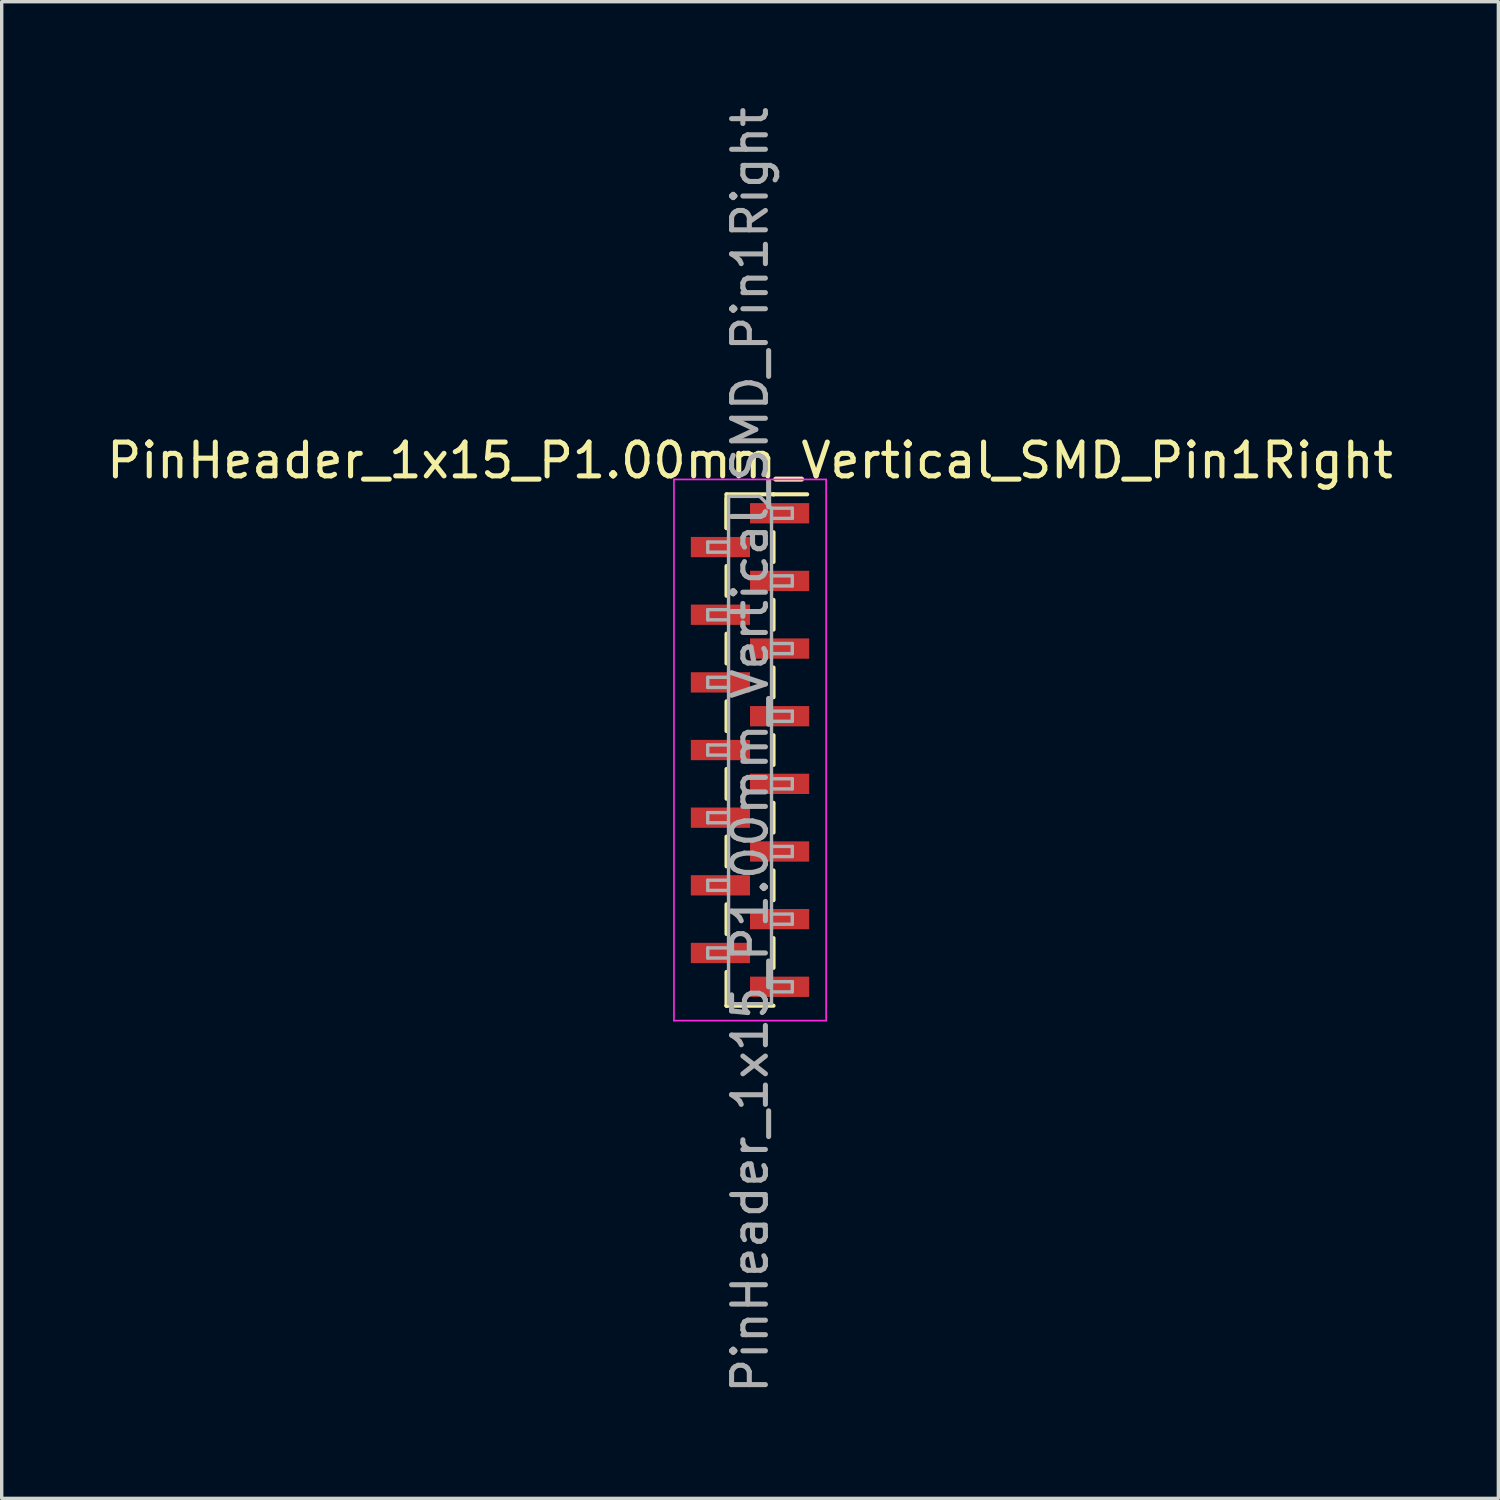
<source format=kicad_pcb>
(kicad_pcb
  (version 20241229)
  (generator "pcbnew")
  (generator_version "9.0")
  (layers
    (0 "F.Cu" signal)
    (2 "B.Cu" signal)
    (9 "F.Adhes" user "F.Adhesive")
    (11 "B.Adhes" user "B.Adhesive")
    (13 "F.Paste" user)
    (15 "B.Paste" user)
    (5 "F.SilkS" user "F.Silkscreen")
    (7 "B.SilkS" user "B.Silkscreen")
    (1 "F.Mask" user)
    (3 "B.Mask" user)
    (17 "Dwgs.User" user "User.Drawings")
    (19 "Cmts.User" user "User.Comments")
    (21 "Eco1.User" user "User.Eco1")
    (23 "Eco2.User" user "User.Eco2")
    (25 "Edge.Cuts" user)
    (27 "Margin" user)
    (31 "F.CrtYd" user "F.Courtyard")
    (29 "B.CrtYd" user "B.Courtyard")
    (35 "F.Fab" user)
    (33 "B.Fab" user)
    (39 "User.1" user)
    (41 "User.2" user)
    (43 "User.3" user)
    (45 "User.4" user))
  (footprint "PinHeader_1x15_P1.00mm_Vertical_SMD_Pin1Right"
    (layer "F.Cu")
    (at 19.125 19.125)
    (property "Reference" "PinHeader_1x15_P1.00mm_Vertical_SMD_Pin1Right" (at 0 -8.56 0) (layer "F.SilkS") (effects (font (size 1 1) (thickness 0.15))))
    (attr smd)
    (fp_line (start -0.695 -7.56) (end -0.695 -6.56) (stroke (width 0.12) (type solid)) (layer "F.SilkS"))
    (fp_line (start -0.695 -7.56) (end 0.695 -7.56) (stroke (width 0.12) (type solid)) (layer "F.SilkS"))
    (fp_line (start -0.695 -7.44) (end -0.695 -6.56) (stroke (width 0.12) (type solid)) (layer "F.SilkS"))
    (fp_line (start -0.695 -5.44) (end -0.695 -4.56) (stroke (width 0.12) (type solid)) (layer "F.SilkS"))
    (fp_line (start -0.695 -3.44) (end -0.695 -2.56) (stroke (width 0.12) (type solid)) (layer "F.SilkS"))
    (fp_line (start -0.695 -1.44) (end -0.695 -0.56) (stroke (width 0.12) (type solid)) (layer "F.SilkS"))
    (fp_line (start -0.695 0.56) (end -0.695 1.44) (stroke (width 0.12) (type solid)) (layer "F.SilkS"))
    (fp_line (start -0.695 2.56) (end -0.695 3.44) (stroke (width 0.12) (type solid)) (layer "F.SilkS"))
    (fp_line (start -0.695 4.56) (end -0.695 5.44) (stroke (width 0.12) (type solid)) (layer "F.SilkS"))
    (fp_line (start -0.695 6.56) (end -0.695 7.56) (stroke (width 0.12) (type solid)) (layer "F.SilkS"))
    (fp_line (start -0.695 7.56) (end -0.695 7.56) (stroke (width 0.12) (type solid)) (layer "F.SilkS"))
    (fp_line (start -0.695 7.56) (end 0.695 7.56) (stroke (width 0.12) (type solid)) (layer "F.SilkS"))
    (fp_line (start 0.695 -7.56) (end 0.695 -7.56) (stroke (width 0.12) (type solid)) (layer "F.SilkS"))
    (fp_line (start 0.695 -7.56) (end 1.69 -7.56) (stroke (width 0.12) (type solid)) (layer "F.SilkS"))
    (fp_line (start 0.695 -6.44) (end 0.695 -5.56) (stroke (width 0.12) (type solid)) (layer "F.SilkS"))
    (fp_line (start 0.695 -4.44) (end 0.695 -3.56) (stroke (width 0.12) (type solid)) (layer "F.SilkS"))
    (fp_line (start 0.695 -2.44) (end 0.695 -1.56) (stroke (width 0.12) (type solid)) (layer "F.SilkS"))
    (fp_line (start 0.695 -0.44) (end 0.695 0.44) (stroke (width 0.12) (type solid)) (layer "F.SilkS"))
    (fp_line (start 0.695 1.56) (end 0.695 2.44) (stroke (width 0.12) (type solid)) (layer "F.SilkS"))
    (fp_line (start 0.695 3.56) (end 0.695 4.44) (stroke (width 0.12) (type solid)) (layer "F.SilkS"))
    (fp_line (start 0.695 5.56) (end 0.695 6.44) (stroke (width 0.12) (type solid)) (layer "F.SilkS"))
    (fp_line (start -2.25 -8) (end -2.25 8) (stroke (width 0.05) (type solid)) (layer "F.CrtYd"))
    (fp_line (start -2.25 8) (end 2.25 8) (stroke (width 0.05) (type solid)) (layer "F.CrtYd"))
    (fp_line (start 2.25 -8) (end -2.25 -8) (stroke (width 0.05) (type solid)) (layer "F.CrtYd"))
    (fp_line (start 2.25 8) (end 2.25 -8) (stroke (width 0.05) (type solid)) (layer "F.CrtYd"))
    (fp_line (start -1.25 -6.15) (end -1.25 -5.85) (stroke (width 0.1) (type solid)) (layer "F.Fab"))
    (fp_line (start -1.25 -5.85) (end -0.635 -5.85) (stroke (width 0.1) (type solid)) (layer "F.Fab"))
    (fp_line (start -1.25 -4.15) (end -1.25 -3.85) (stroke (width 0.1) (type solid)) (layer "F.Fab"))
    (fp_line (start -1.25 -3.85) (end -0.635 -3.85) (stroke (width 0.1) (type solid)) (layer "F.Fab"))
    (fp_line (start -1.25 -2.15) (end -1.25 -1.85) (stroke (width 0.1) (type solid)) (layer "F.Fab"))
    (fp_line (start -1.25 -1.85) (end -0.635 -1.85) (stroke (width 0.1) (type solid)) (layer "F.Fab"))
    (fp_line (start -1.25 -0.15) (end -1.25 0.15) (stroke (width 0.1) (type solid)) (layer "F.Fab"))
    (fp_line (start -1.25 0.15) (end -0.635 0.15) (stroke (width 0.1) (type solid)) (layer "F.Fab"))
    (fp_line (start -1.25 1.85) (end -1.25 2.15) (stroke (width 0.1) (type solid)) (layer "F.Fab"))
    (fp_line (start -1.25 2.15) (end -0.635 2.15) (stroke (width 0.1) (type solid)) (layer "F.Fab"))
    (fp_line (start -1.25 3.85) (end -1.25 4.15) (stroke (width 0.1) (type solid)) (layer "F.Fab"))
    (fp_line (start -1.25 4.15) (end -0.635 4.15) (stroke (width 0.1) (type solid)) (layer "F.Fab"))
    (fp_line (start -1.25 5.85) (end -1.25 6.15) (stroke (width 0.1) (type solid)) (layer "F.Fab"))
    (fp_line (start -1.25 6.15) (end -0.635 6.15) (stroke (width 0.1) (type solid)) (layer "F.Fab"))
    (fp_line (start -0.635 -7.5) (end -0.635 7.5) (stroke (width 0.1) (type solid)) (layer "F.Fab"))
    (fp_line (start -0.635 -7.5) (end 0.285 -7.5) (stroke (width 0.1) (type solid)) (layer "F.Fab"))
    (fp_line (start -0.635 -6.15) (end -1.25 -6.15) (stroke (width 0.1) (type solid)) (layer "F.Fab"))
    (fp_line (start -0.635 -4.15) (end -1.25 -4.15) (stroke (width 0.1) (type solid)) (layer "F.Fab"))
    (fp_line (start -0.635 -2.15) (end -1.25 -2.15) (stroke (width 0.1) (type solid)) (layer "F.Fab"))
    (fp_line (start -0.635 -0.15) (end -1.25 -0.15) (stroke (width 0.1) (type solid)) (layer "F.Fab"))
    (fp_line (start -0.635 1.85) (end -1.25 1.85) (stroke (width 0.1) (type solid)) (layer "F.Fab"))
    (fp_line (start -0.635 3.85) (end -1.25 3.85) (stroke (width 0.1) (type solid)) (layer "F.Fab"))
    (fp_line (start -0.635 5.85) (end -1.25 5.85) (stroke (width 0.1) (type solid)) (layer "F.Fab"))
    (fp_line (start 0.635 -7.15) (end 0.285 -7.5) (stroke (width 0.1) (type solid)) (layer "F.Fab"))
    (fp_line (start 0.635 -7.15) (end 1.25 -7.15) (stroke (width 0.1) (type solid)) (layer "F.Fab"))
    (fp_line (start 0.635 -5.15) (end 1.25 -5.15) (stroke (width 0.1) (type solid)) (layer "F.Fab"))
    (fp_line (start 0.635 -3.15) (end 1.25 -3.15) (stroke (width 0.1) (type solid)) (layer "F.Fab"))
    (fp_line (start 0.635 -1.15) (end 1.25 -1.15) (stroke (width 0.1) (type solid)) (layer "F.Fab"))
    (fp_line (start 0.635 0.85) (end 1.25 0.85) (stroke (width 0.1) (type solid)) (layer "F.Fab"))
    (fp_line (start 0.635 2.85) (end 1.25 2.85) (stroke (width 0.1) (type solid)) (layer "F.Fab"))
    (fp_line (start 0.635 4.85) (end 1.25 4.85) (stroke (width 0.1) (type solid)) (layer "F.Fab"))
    (fp_line (start 0.635 6.85) (end 1.25 6.85) (stroke (width 0.1) (type solid)) (layer "F.Fab"))
    (fp_line (start 0.635 7.5) (end -0.635 7.5) (stroke (width 0.1) (type solid)) (layer "F.Fab"))
    (fp_line (start 0.635 7.5) (end 0.635 -7.15) (stroke (width 0.1) (type solid)) (layer "F.Fab"))
    (fp_line (start 1.25 -7.15) (end 1.25 -6.85) (stroke (width 0.1) (type solid)) (layer "F.Fab"))
    (fp_line (start 1.25 -6.85) (end 0.635 -6.85) (stroke (width 0.1) (type solid)) (layer "F.Fab"))
    (fp_line (start 1.25 -5.15) (end 1.25 -4.85) (stroke (width 0.1) (type solid)) (layer "F.Fab"))
    (fp_line (start 1.25 -4.85) (end 0.635 -4.85) (stroke (width 0.1) (type solid)) (layer "F.Fab"))
    (fp_line (start 1.25 -3.15) (end 1.25 -2.85) (stroke (width 0.1) (type solid)) (layer "F.Fab"))
    (fp_line (start 1.25 -2.85) (end 0.635 -2.85) (stroke (width 0.1) (type solid)) (layer "F.Fab"))
    (fp_line (start 1.25 -1.15) (end 1.25 -0.85) (stroke (width 0.1) (type solid)) (layer "F.Fab"))
    (fp_line (start 1.25 -0.85) (end 0.635 -0.85) (stroke (width 0.1) (type solid)) (layer "F.Fab"))
    (fp_line (start 1.25 0.85) (end 1.25 1.15) (stroke (width 0.1) (type solid)) (layer "F.Fab"))
    (fp_line (start 1.25 1.15) (end 0.635 1.15) (stroke (width 0.1) (type solid)) (layer "F.Fab"))
    (fp_line (start 1.25 2.85) (end 1.25 3.15) (stroke (width 0.1) (type solid)) (layer "F.Fab"))
    (fp_line (start 1.25 3.15) (end 0.635 3.15) (stroke (width 0.1) (type solid)) (layer "F.Fab"))
    (fp_line (start 1.25 4.85) (end 1.25 5.15) (stroke (width 0.1) (type solid)) (layer "F.Fab"))
    (fp_line (start 1.25 5.15) (end 0.635 5.15) (stroke (width 0.1) (type solid)) (layer "F.Fab"))
    (fp_line (start 1.25 6.85) (end 1.25 7.15) (stroke (width 0.1) (type solid)) (layer "F.Fab"))
    (fp_line (start 1.25 7.15) (end 0.635 7.15) (stroke (width 0.1) (type solid)) (layer "F.Fab"))
    (fp_text user "${REFERENCE}" (at 0 0 90) (layer "F.Fab") (effects (font (size 1 1) (thickness 0.15))))
    (pad "1" smd rect (at 0.875 -7) (size 1.75 0.6) (layers "F.Cu" "F.Mask" "F.Paste"))
    (pad "2" smd rect (at -0.875 -6) (size 1.75 0.6) (layers "F.Cu" "F.Mask" "F.Paste"))
    (pad "3" smd rect (at 0.875 -5) (size 1.75 0.6) (layers "F.Cu" "F.Mask" "F.Paste"))
    (pad "4" smd rect (at -0.875 -4) (size 1.75 0.6) (layers "F.Cu" "F.Mask" "F.Paste"))
    (pad "5" smd rect (at 0.875 -3) (size 1.75 0.6) (layers "F.Cu" "F.Mask" "F.Paste"))
    (pad "6" smd rect (at -0.875 -2) (size 1.75 0.6) (layers "F.Cu" "F.Mask" "F.Paste"))
    (pad "7" smd rect (at 0.875 -1) (size 1.75 0.6) (layers "F.Cu" "F.Mask" "F.Paste"))
    (pad "8" smd rect (at -0.875 0) (size 1.75 0.6) (layers "F.Cu" "F.Mask" "F.Paste"))
    (pad "9" smd rect (at 0.875 1) (size 1.75 0.6) (layers "F.Cu" "F.Mask" "F.Paste"))
    (pad "10" smd rect (at -0.875 2) (size 1.75 0.6) (layers "F.Cu" "F.Mask" "F.Paste"))
    (pad "11" smd rect (at 0.875 3) (size 1.75 0.6) (layers "F.Cu" "F.Mask" "F.Paste"))
    (pad "12" smd rect (at -0.875 4) (size 1.75 0.6) (layers "F.Cu" "F.Mask" "F.Paste"))
    (pad "13" smd rect (at 0.875 5) (size 1.75 0.6) (layers "F.Cu" "F.Mask" "F.Paste"))
    (pad "14" smd rect (at -0.875 6) (size 1.75 0.6) (layers "F.Cu" "F.Mask" "F.Paste"))
    (pad "15" smd rect (at 0.875 7) (size 1.75 0.6) (layers "F.Cu" "F.Mask" "F.Paste")))
  (gr_rect
    (start -3 -3)
    (end 41.25 41.25)
    (stroke (width 0.1) (type default))
    (fill no)
    (layer "Edge.Cuts")))
</source>
